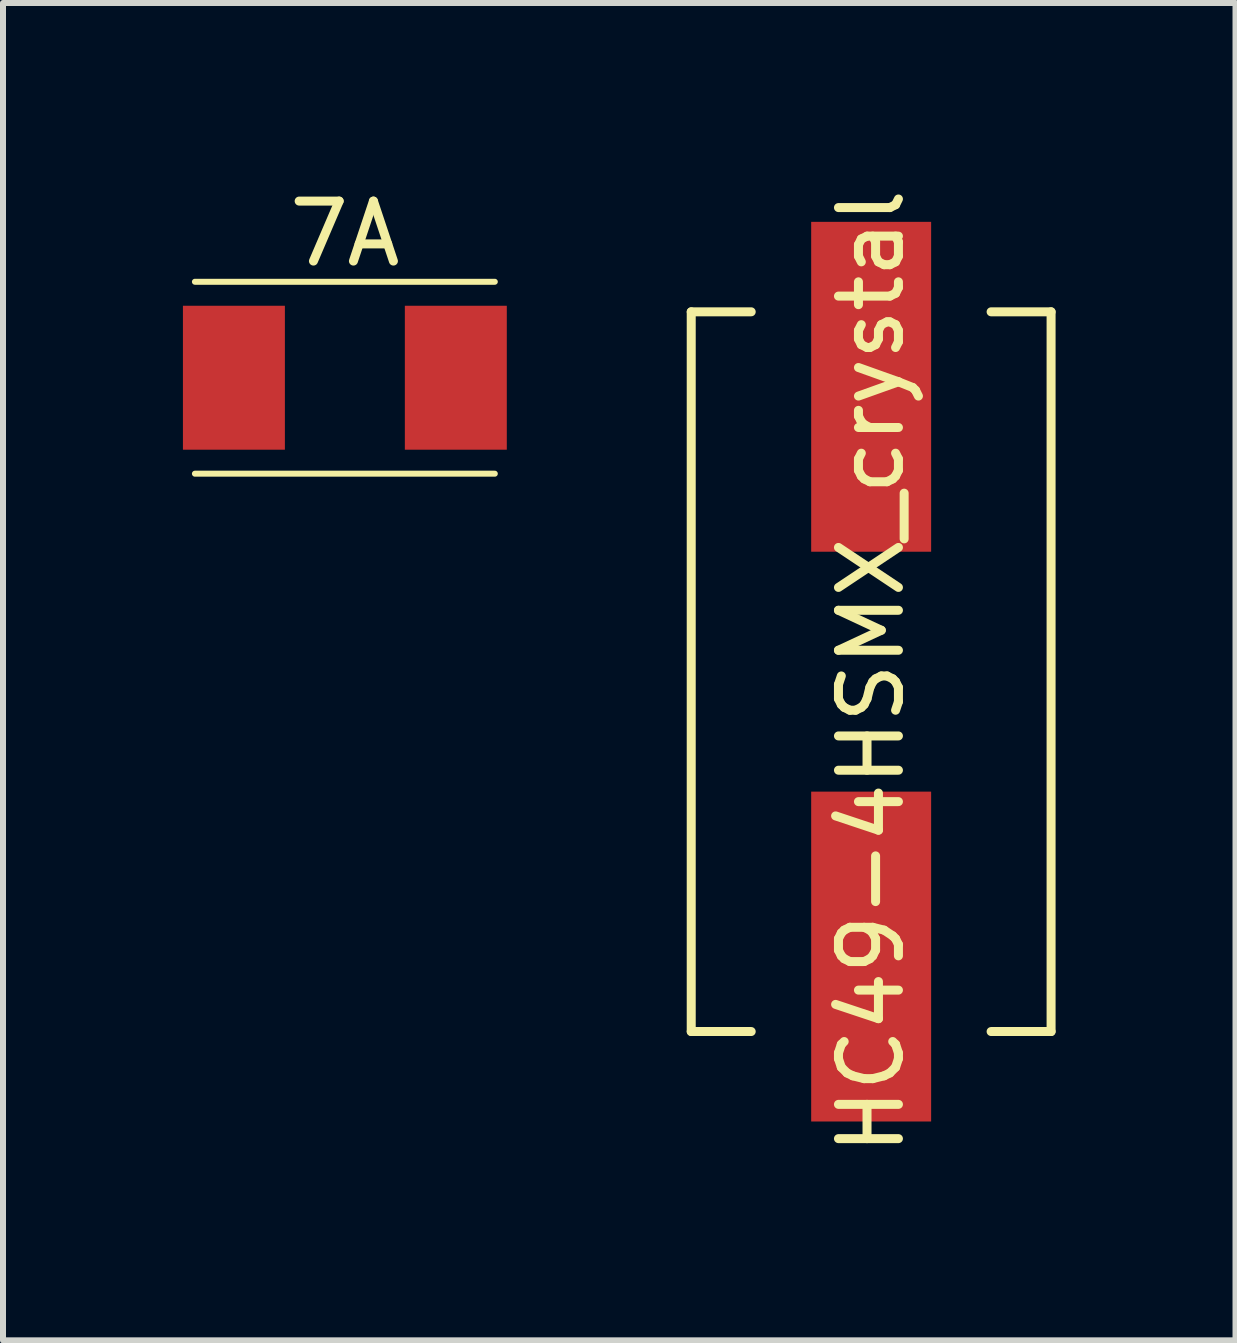
<source format=kicad_pcb>
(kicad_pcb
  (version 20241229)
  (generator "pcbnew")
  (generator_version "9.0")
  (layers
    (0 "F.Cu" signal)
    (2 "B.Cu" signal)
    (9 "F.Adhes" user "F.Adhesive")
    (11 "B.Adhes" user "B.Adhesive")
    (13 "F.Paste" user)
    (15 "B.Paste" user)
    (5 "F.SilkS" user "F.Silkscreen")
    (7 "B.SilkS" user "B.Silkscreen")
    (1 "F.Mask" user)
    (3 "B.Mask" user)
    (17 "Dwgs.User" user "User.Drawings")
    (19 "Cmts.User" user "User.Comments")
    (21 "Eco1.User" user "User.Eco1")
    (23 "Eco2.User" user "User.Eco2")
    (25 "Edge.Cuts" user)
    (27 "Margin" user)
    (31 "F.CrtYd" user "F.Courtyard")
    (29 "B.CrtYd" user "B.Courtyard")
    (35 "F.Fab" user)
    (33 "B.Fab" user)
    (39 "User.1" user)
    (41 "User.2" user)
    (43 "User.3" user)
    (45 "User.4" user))
  (footprint "HC49-4HSMX_crystal"
    (layer "F.Cu")
    (at 11.475 8.149)
    (property "Reference" "HC49-4HSMX_crystal" (at 0 0 90) (layer "F.SilkS") (effects (font (size 1 1) (thickness 0.15))))
    (attr smd)
    (fp_line (start -3 -6) (end -2 -6) (stroke (width 0.15) (type solid)) (layer "F.SilkS"))
    (fp_line (start -3 6) (end -3 -6) (stroke (width 0.15) (type solid)) (layer "F.SilkS"))
    (fp_line (start -2 6) (end -3 6) (stroke (width 0.15) (type solid)) (layer "F.SilkS"))
    (fp_line (start 2 6) (end 3 6) (stroke (width 0.15) (type solid)) (layer "F.SilkS"))
    (fp_line (start 3 -6) (end 2 -6) (stroke (width 0.15) (type solid)) (layer "F.SilkS"))
    (fp_line (start 3 6) (end 3 -6) (stroke (width 0.15) (type solid)) (layer "F.SilkS"))
    (pad "1" smd rect (at 0 4.75 90) (size 5.5 2) (layers "F.Cu" "F.Mask" "F.Paste"))
    (pad "2" smd rect (at 0 -4.75 90) (size 5.5 2) (layers "F.Cu" "F.Mask" "F.Paste")))
  (footprint "7A"
    (layer "F.Cu")
    (at 2.7 3.248)
    (property "Reference" "7A" (at 0 -2.4 0) (layer "F.SilkS") (effects (font (size 1 1) (thickness 0.15))))
    (attr smd)
    (fp_line (start -2.5 -1.6) (end 2.5 -1.6) (stroke (width 0.1) (type solid)) (layer "F.SilkS"))
    (fp_line (start -2.5 1.6) (end 2.5 1.6) (stroke (width 0.1) (type solid)) (layer "F.SilkS"))
    (pad "1" smd rect (at -1.85 0 180) (size 1.7 2.4) (layers "F.Cu" "F.Mask" "F.Paste"))
    (pad "2" smd rect (at 1.85 0 180) (size 1.7 2.4) (layers "F.Cu" "F.Mask" "F.Paste")))
  (gr_rect
    (start -3 -3)
    (end 17.55 19.298)
    (stroke (width 0.1) (type default))
    (fill no)
    (layer "Edge.Cuts")))
</source>
